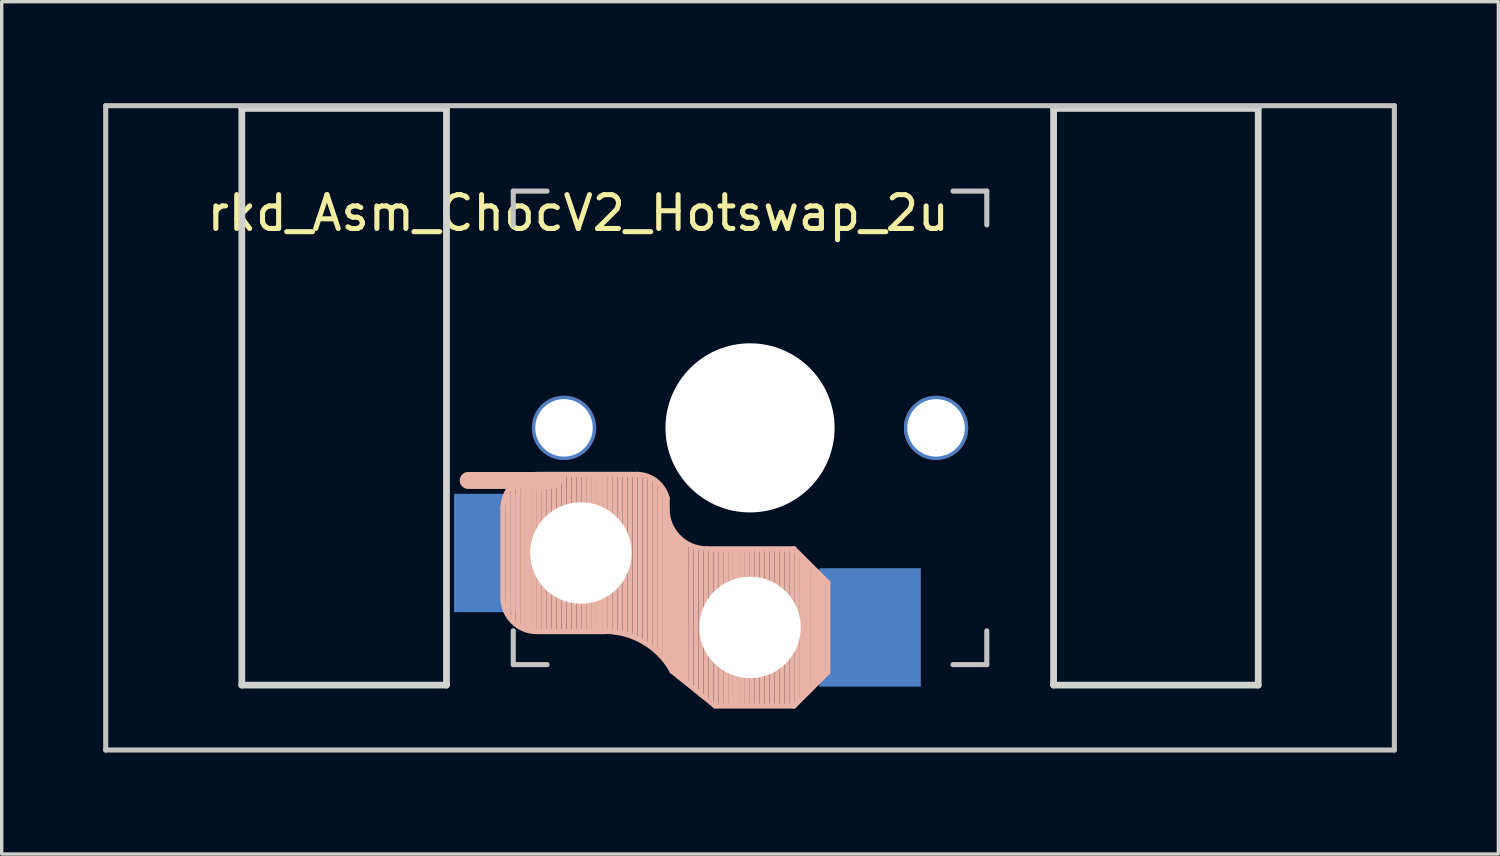
<source format=kicad_pcb>
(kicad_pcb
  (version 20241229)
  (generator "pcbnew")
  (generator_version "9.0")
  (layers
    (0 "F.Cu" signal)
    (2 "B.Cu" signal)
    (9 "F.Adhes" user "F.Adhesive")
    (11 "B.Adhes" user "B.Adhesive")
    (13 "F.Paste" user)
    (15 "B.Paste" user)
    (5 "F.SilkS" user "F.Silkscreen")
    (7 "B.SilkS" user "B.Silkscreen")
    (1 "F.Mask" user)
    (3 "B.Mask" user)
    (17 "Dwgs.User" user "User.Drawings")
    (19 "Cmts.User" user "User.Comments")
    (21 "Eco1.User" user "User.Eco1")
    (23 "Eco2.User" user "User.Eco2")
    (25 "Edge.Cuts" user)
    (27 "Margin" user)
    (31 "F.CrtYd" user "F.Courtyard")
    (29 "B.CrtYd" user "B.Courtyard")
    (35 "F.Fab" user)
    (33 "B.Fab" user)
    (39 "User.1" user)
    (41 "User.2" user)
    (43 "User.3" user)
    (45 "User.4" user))
  (footprint "rkd_Asm_ChocV2_Hotswap_2u"
    (layer "F.Cu")
    (at 19.125 9.6)
    (property "Reference" "rkd_Asm_ChocV2_Hotswap_2u" (at -5.08 -6.35 180) (layer "F.SilkS") (effects (font (size 1 1) (thickness 0.15))))
    (attr through_hole)
    (fp_line (start -7.305 2.375) (end -7.305 5.025) (stroke (width 0.15) (type solid)) (layer "B.SilkS"))
    (fp_line (start -7.15 5.53) (end -7.15 1.85) (stroke (width 0.15) (type solid)) (layer "B.SilkS"))
    (fp_line (start -7 5.7) (end -7 1.73) (stroke (width 0.15) (type solid)) (layer "B.SilkS"))
    (fp_line (start -6.85 5.84) (end -6.85 1.7) (stroke (width 0.15) (type solid)) (layer "B.SilkS"))
    (fp_line (start -6.7 5.92) (end -6.7 1.8) (stroke (width 0.15) (type solid)) (layer "B.SilkS"))
    (fp_line (start -6.55 5.97) (end -6.55 1.65) (stroke (width 0.15) (type solid)) (layer "B.SilkS"))
    (fp_line (start -6.4 6.01) (end -6.4 1.5) (stroke (width 0.15) (type solid)) (layer "B.SilkS"))
    (fp_line (start -6.25 6) (end -6.25 1.4) (stroke (width 0.15) (type solid)) (layer "B.SilkS"))
    (fp_line (start -6.1 6) (end -6.1 1.4) (stroke (width 0.15) (type solid)) (layer "B.SilkS"))
    (fp_line (start -5.95 6) (end -5.95 1.4) (stroke (width 0.15) (type solid)) (layer "B.SilkS"))
    (fp_line (start -5.8 1.555) (end -8.334 1.555) (stroke (width 0.5) (type default)) (layer "B.SilkS"))
    (fp_line (start -5.8 6) (end -5.8 1.4) (stroke (width 0.15) (type solid)) (layer "B.SilkS"))
    (fp_line (start -5.65 6) (end -5.65 1.4) (stroke (width 0.15) (type solid)) (layer "B.SilkS"))
    (fp_line (start -5.5 6) (end -5.5 1.4) (stroke (width 0.15) (type solid)) (layer "B.SilkS"))
    (fp_line (start -5.35 6) (end -5.35 1.4) (stroke (width 0.15) (type solid)) (layer "B.SilkS"))
    (fp_line (start -5.2 6) (end -5.2 1.4) (stroke (width 0.15) (type solid)) (layer "B.SilkS"))
    (fp_line (start -5.05 6) (end -5.05 1.4) (stroke (width 0.15) (type solid)) (layer "B.SilkS"))
    (fp_line (start -4.9 6) (end -4.9 1.4) (stroke (width 0.15) (type solid)) (layer "B.SilkS"))
    (fp_line (start -4.75 6) (end -4.75 1.4) (stroke (width 0.15) (type solid)) (layer "B.SilkS"))
    (fp_line (start -4.6 6) (end -4.6 1.4) (stroke (width 0.15) (type solid)) (layer "B.SilkS"))
    (fp_line (start -4.45 6) (end -4.45 1.4) (stroke (width 0.15) (type solid)) (layer "B.SilkS"))
    (fp_line (start -4.3 6) (end -4.3 1.4) (stroke (width 0.15) (type solid)) (layer "B.SilkS"))
    (fp_line (start -4.3 6.025) (end -6.275 6.025) (stroke (width 0.15) (type solid)) (layer "B.SilkS"))
    (fp_line (start -4.15 6) (end -4.15 1.45) (stroke (width 0.15) (type solid)) (layer "B.SilkS"))
    (fp_line (start -4 6.04) (end -4 1.4) (stroke (width 0.15) (type solid)) (layer "B.SilkS"))
    (fp_line (start -3.85 6.05) (end -3.85 1.4) (stroke (width 0.15) (type solid)) (layer "B.SilkS"))
    (fp_line (start -3.7 6.05) (end -3.7 1.45) (stroke (width 0.15) (type solid)) (layer "B.SilkS"))
    (fp_line (start -3.55 6.1) (end -3.55 1.39) (stroke (width 0.15) (type solid)) (layer "B.SilkS"))
    (fp_line (start -3.4 6.2) (end -3.4 1.38) (stroke (width 0.15) (type solid)) (layer "B.SilkS"))
    (fp_line (start -3.311 1.375) (end -6.275 1.375) (stroke (width 0.15) (type solid)) (layer "B.SilkS"))
    (fp_line (start -3.25 6.25) (end -3.25 1.4) (stroke (width 0.15) (type solid)) (layer "B.SilkS"))
    (fp_line (start -3.1 6.35) (end -3.1 1.43) (stroke (width 0.15) (type solid)) (layer "B.SilkS"))
    (fp_line (start -2.95 6.45) (end -2.95 1.48) (stroke (width 0.15) (type solid)) (layer "B.SilkS"))
    (fp_line (start -2.8 6.55) (end -2.8 1.56) (stroke (width 0.15) (type solid)) (layer "B.SilkS"))
    (fp_line (start -2.65 6.7) (end -2.65 1.75) (stroke (width 0.15) (type solid)) (layer "B.SilkS"))
    (fp_line (start -2.5 6.85) (end -2.5 1.95) (stroke (width 0.15) (type solid)) (layer "B.SilkS"))
    (fp_line (start -2.45 2.4) (end -2.45 2.077) (stroke (width 0.15) (type default)) (layer "B.SilkS"))
    (fp_line (start -2.4 7.02) (end -2.4 2.9) (stroke (width 0.15) (type solid)) (layer "B.SilkS"))
    (fp_line (start -2.3 7.2) (end -2.3 3.05) (stroke (width 0.15) (type solid)) (layer "B.SilkS"))
    (fp_line (start -2.3 7.2) (end -1.025 8.225) (stroke (width 0.15) (type solid)) (layer "B.SilkS"))
    (fp_line (start -2.2 7.27) (end -2.2 3.25) (stroke (width 0.15) (type solid)) (layer "B.SilkS"))
    (fp_line (start -2.1 7.35) (end -2.1 3.35) (stroke (width 0.15) (type solid)) (layer "B.SilkS"))
    (fp_line (start -2 7.43) (end -2 3.4) (stroke (width 0.15) (type solid)) (layer "B.SilkS"))
    (fp_line (start -1.89 7.52) (end -1.9 3.45) (stroke (width 0.15) (type solid)) (layer "B.SilkS"))
    (fp_line (start -1.75 7.62) (end -1.75 3.5) (stroke (width 0.15) (type solid)) (layer "B.SilkS"))
    (fp_line (start -1.6 7.76) (end -1.6 3.6) (stroke (width 0.15) (type solid)) (layer "B.SilkS"))
    (fp_line (start -1.45 7.88) (end -1.45 3.6) (stroke (width 0.15) (type solid)) (layer "B.SilkS"))
    (fp_line (start -1.3 7.99) (end -1.3 3.6) (stroke (width 0.15) (type solid)) (layer "B.SilkS"))
    (fp_line (start -1.15 8.11) (end -1.15 3.65) (stroke (width 0.15) (type solid)) (layer "B.SilkS"))
    (fp_line (start -1 8.2) (end -1 3.6) (stroke (width 0.15) (type solid)) (layer "B.SilkS"))
    (fp_line (start -0.85 8.2) (end -0.85 3.6) (stroke (width 0.15) (type solid)) (layer "B.SilkS"))
    (fp_line (start -0.7 8.2) (end -0.7 3.6) (stroke (width 0.15) (type solid)) (layer "B.SilkS"))
    (fp_line (start -0.55 8.2) (end -0.55 3.6) (stroke (width 0.15) (type solid)) (layer "B.SilkS"))
    (fp_line (start -0.4 8.2) (end -0.4 3.6) (stroke (width 0.15) (type solid)) (layer "B.SilkS"))
    (fp_line (start -0.25 8.2) (end -0.25 3.6) (stroke (width 0.15) (type solid)) (layer "B.SilkS"))
    (fp_line (start -0.1 8.2) (end -0.1 3.6) (stroke (width 0.15) (type solid)) (layer "B.SilkS"))
    (fp_line (start 0.05 8.2) (end 0.05 3.6) (stroke (width 0.15) (type solid)) (layer "B.SilkS"))
    (fp_line (start 0.2 8.2) (end 0.2 3.6) (stroke (width 0.15) (type solid)) (layer "B.SilkS"))
    (fp_line (start 0.35 8.2) (end 0.35 3.6) (stroke (width 0.15) (type solid)) (layer "B.SilkS"))
    (fp_line (start 0.5 8.2) (end 0.5 3.6) (stroke (width 0.15) (type solid)) (layer "B.SilkS"))
    (fp_line (start 0.65 8.2) (end 0.65 3.6) (stroke (width 0.15) (type solid)) (layer "B.SilkS"))
    (fp_line (start 0.8 8.2) (end 0.8 3.6) (stroke (width 0.15) (type solid)) (layer "B.SilkS"))
    (fp_line (start 0.95 8.2) (end 0.95 3.6) (stroke (width 0.15) (type solid)) (layer "B.SilkS"))
    (fp_line (start 1.1 8.2) (end 1.1 3.6) (stroke (width 0.15) (type solid)) (layer "B.SilkS"))
    (fp_line (start 1.25 8.2) (end 1.25 3.6) (stroke (width 0.15) (type solid)) (layer "B.SilkS"))
    (fp_line (start 1.3 3.575) (end -1.275 3.575) (stroke (width 0.15) (type solid)) (layer "B.SilkS"))
    (fp_line (start 1.3 8.225) (end -1.025 8.225) (stroke (width 0.15) (type solid)) (layer "B.SilkS"))
    (fp_line (start 1.4 8.09) (end 1.4 3.7) (stroke (width 0.15) (type solid)) (layer "B.SilkS"))
    (fp_line (start 1.55 7.95) (end 1.55 3.83) (stroke (width 0.15) (type solid)) (layer "B.SilkS"))
    (fp_line (start 1.7 7.82) (end 1.7 3.99) (stroke (width 0.15) (type solid)) (layer "B.SilkS"))
    (fp_line (start 1.85 7.66) (end 1.85 4.13) (stroke (width 0.15) (type solid)) (layer "B.SilkS"))
    (fp_line (start 1.95 7.56) (end 1.95 4.23) (stroke (width 0.15) (type solid)) (layer "B.SilkS"))
    (fp_line (start 2.05 7.45) (end 2.05 4.33) (stroke (width 0.15) (type solid)) (layer "B.SilkS"))
    (fp_line (start 2.15 7.37) (end 2.15 4.44) (stroke (width 0.15) (type solid)) (layer "B.SilkS"))
    (fp_line (start 2.3 4.575) (end 1.3 3.575) (stroke (width 0.15) (type solid)) (layer "B.SilkS"))
    (fp_line (start 2.3 4.575) (end 2.3 7.225) (stroke (width 0.15) (type solid)) (layer "B.SilkS"))
    (fp_line (start 2.3 7.225) (end 1.3 8.225) (stroke (width 0.15) (type solid)) (layer "B.SilkS"))
    (fp_arc (start -7.305 2.375) (mid -7.012107 1.667893) (end -6.305 1.375) (stroke (width 0.15) (type solid)) (layer "B.SilkS"))
    (fp_arc (start -6.305 6.025) (mid -7.012107 5.732107) (end -7.305 5.025) (stroke (width 0.15) (type solid)) (layer "B.SilkS"))
    (fp_arc (start -4.3 6.017458) (mid -3.138277 6.335211) (end -2.3 7.2) (stroke (width 0.15) (type solid)) (layer "B.SilkS"))
    (fp_arc (start -3.311204 1.375) (mid -2.763915 1.58277) (end -2.45 2.076887) (stroke (width 0.15) (type solid)) (layer "B.SilkS"))
    (fp_arc (start -1.275 3.575) (mid -2.10585 3.23085) (end -2.45 2.4) (stroke (width 0.15) (type solid)) (layer "B.SilkS"))
    (fp_line (start -19.05 -9.525) (end 19.05 -9.525) (stroke (width 0.15) (type solid)) (layer "Dwgs.User"))
    (fp_line (start -19.05 9.525) (end -19.05 -9.525) (stroke (width 0.15) (type solid)) (layer "Dwgs.User"))
    (fp_line (start -7 -7) (end -6 -7) (stroke (width 0.15) (type solid)) (layer "Dwgs.User"))
    (fp_line (start -7 -6) (end -7 -7) (stroke (width 0.15) (type solid)) (layer "Dwgs.User"))
    (fp_line (start -7 7) (end -7 6) (stroke (width 0.15) (type solid)) (layer "Dwgs.User"))
    (fp_line (start -6 7) (end -7 7) (stroke (width 0.15) (type solid)) (layer "Dwgs.User"))
    (fp_line (start 6 7) (end 7 7) (stroke (width 0.15) (type solid)) (layer "Dwgs.User"))
    (fp_line (start 7 -7) (end 6 -7) (stroke (width 0.15) (type solid)) (layer "Dwgs.User"))
    (fp_line (start 7 -6) (end 7 -7) (stroke (width 0.15) (type solid)) (layer "Dwgs.User"))
    (fp_line (start 7 7) (end 7 6) (stroke (width 0.15) (type solid)) (layer "Dwgs.User"))
    (fp_line (start 19.05 -9.525) (end 19.05 9.525) (stroke (width 0.15) (type solid)) (layer "Dwgs.User"))
    (fp_line (start 19.05 9.525) (end -19.05 9.525) (stroke (width 0.15) (type solid)) (layer "Dwgs.User"))
    (fp_line (start -15.025 -9.445) (end -8.975 -9.445) (stroke (width 0.2) (type solid)) (layer "Edge.Cuts"))
    (fp_line (start -15.025 7.605) (end -15.025 -9.445) (stroke (width 0.2) (type solid)) (layer "Edge.Cuts"))
    (fp_line (start -8.975 -9.445) (end -8.975 7.605) (stroke (width 0.2) (type solid)) (layer "Edge.Cuts"))
    (fp_line (start -8.975 7.605) (end -15.025 7.605) (stroke (width 0.2) (type solid)) (layer "Edge.Cuts"))
    (fp_line (start 8.975 -9.445) (end 8.975 7.605) (stroke (width 0.2) (type solid)) (layer "Edge.Cuts"))
    (fp_line (start 8.975 7.605) (end 15.025 7.605) (stroke (width 0.2) (type solid)) (layer "Edge.Cuts"))
    (fp_line (start 15.025 -9.445) (end 8.975 -9.445) (stroke (width 0.2) (type solid)) (layer "Edge.Cuts"))
    (fp_line (start 15.025 7.605) (end 15.025 -9.445) (stroke (width 0.2) (type solid)) (layer "Edge.Cuts"))
    (pad "" np_thru_hole circle (at -5.5 0) (size 1.9 1.9) (drill 1.7) (layers "*.Cu" "*.Mask"))
    (pad "" np_thru_hole circle (at -5 3.7 90) (size 3 3) (drill 3) (layers "*.Cu" "*.Mask"))
    (pad "" np_thru_hole circle (at 0 0 90) (size 5 5) (drill 5) (layers "*.Cu" "*.Mask"))
    (pad "" np_thru_hole circle (at 0 5.9 90) (size 3 3) (drill 3) (layers "*.Cu" "*.Mask"))
    (pad "" np_thru_hole circle (at 5.5 0) (size 1.9 1.9) (drill 1.7) (layers "*.Cu" "*.Mask"))
    (pad "1" smd rect (at -7.8 3.7 180) (size 1.9 3.5) (layers "B.Cu" "B.Mask" "B.Paste"))
    (pad "2" smd rect (at 3.55 5.9 180) (size 3 3.5) (layers "B.Cu" "B.Mask" "B.Paste")))
  (gr_rect
    (start -3 -3)
    (end 41.25 22.2)
    (stroke (width 0.1) (type default))
    (fill no)
    (layer "Edge.Cuts")))
</source>
